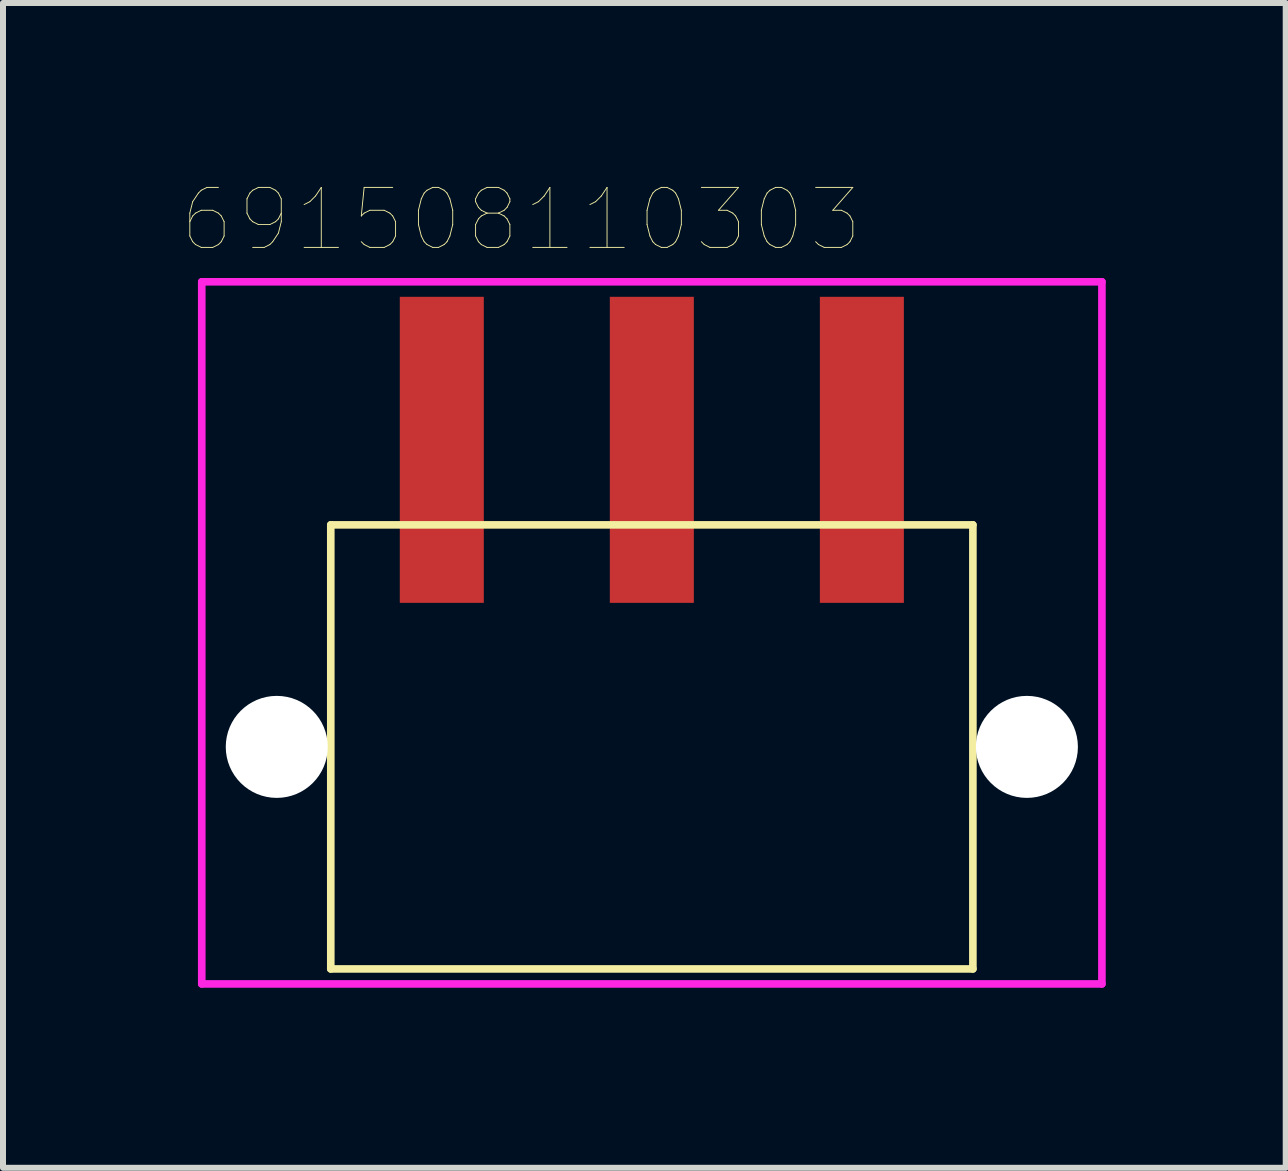
<source format=kicad_pcb>
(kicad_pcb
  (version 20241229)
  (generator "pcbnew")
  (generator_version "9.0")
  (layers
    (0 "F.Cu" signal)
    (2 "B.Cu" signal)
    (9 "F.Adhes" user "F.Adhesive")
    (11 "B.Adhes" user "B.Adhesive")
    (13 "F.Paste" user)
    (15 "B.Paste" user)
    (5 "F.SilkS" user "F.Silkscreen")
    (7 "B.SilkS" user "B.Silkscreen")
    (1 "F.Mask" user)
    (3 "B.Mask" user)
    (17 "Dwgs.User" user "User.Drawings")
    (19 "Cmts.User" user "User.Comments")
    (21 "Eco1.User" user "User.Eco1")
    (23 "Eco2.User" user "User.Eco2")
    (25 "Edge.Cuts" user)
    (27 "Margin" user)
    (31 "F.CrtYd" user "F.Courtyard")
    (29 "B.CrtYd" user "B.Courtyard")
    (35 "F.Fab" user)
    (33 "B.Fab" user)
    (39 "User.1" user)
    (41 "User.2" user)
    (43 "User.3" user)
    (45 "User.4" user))
  (footprint "691508110303"
    (layer "F.Cu")
    (at 7.812 4.446)
    (property "Reference" "691508110303" (at -2.175 -3.835 0) (layer "F.SilkS") (effects (font (size 1 1) (thickness 0.015))))
    (attr through_hole)
    (fp_line (start -5.35 1.25) (end 5.35 1.25) (stroke (width 0.127) (type solid)) (layer "F.SilkS"))
    (fp_line (start -5.35 8.65) (end -5.35 1.25) (stroke (width 0.127) (type solid)) (layer "F.SilkS"))
    (fp_line (start 5.35 1.25) (end 5.35 8.65) (stroke (width 0.127) (type solid)) (layer "F.SilkS"))
    (fp_line (start 5.35 8.65) (end -5.35 8.65) (stroke (width 0.127) (type solid)) (layer "F.SilkS"))
    (fp_line (start -7.5 -2.8) (end 7.5 -2.8) (stroke (width 0.127) (type solid)) (layer "F.CrtYd"))
    (fp_line (start -7.5 8.9) (end -7.5 -2.8) (stroke (width 0.127) (type solid)) (layer "F.CrtYd"))
    (fp_line (start 7.5 -2.8) (end 7.5 8.9) (stroke (width 0.127) (type solid)) (layer "F.CrtYd"))
    (fp_line (start 7.5 8.9) (end -7.5 8.9) (stroke (width 0.127) (type solid)) (layer "F.CrtYd"))
    (pad "" np_thru_hole circle (at -6.25 4.95) (size 1.7 1.7) (drill 1.7) (layers "*.Cu" "*.Mask"))
    (pad "" np_thru_hole circle (at 6.25 4.95) (size 1.7 1.7) (drill 1.7) (layers "*.Cu" "*.Mask"))
    (pad "1" smd rect (at -3.5 0) (size 1.4 5.1) (layers "F.Cu" "F.Mask" "F.Paste"))
    (pad "2" smd rect (at 0 0) (size 1.4 5.1) (layers "F.Cu" "F.Mask" "F.Paste"))
    (pad "3" smd rect (at 3.5 0) (size 1.4 5.1) (layers "F.Cu" "F.Mask" "F.Paste")))
  (gr_rect
    (start -3 -3)
    (end 18.375 16.41)
    (stroke (width 0.1) (type default))
    (fill no)
    (layer "Edge.Cuts")))
</source>
